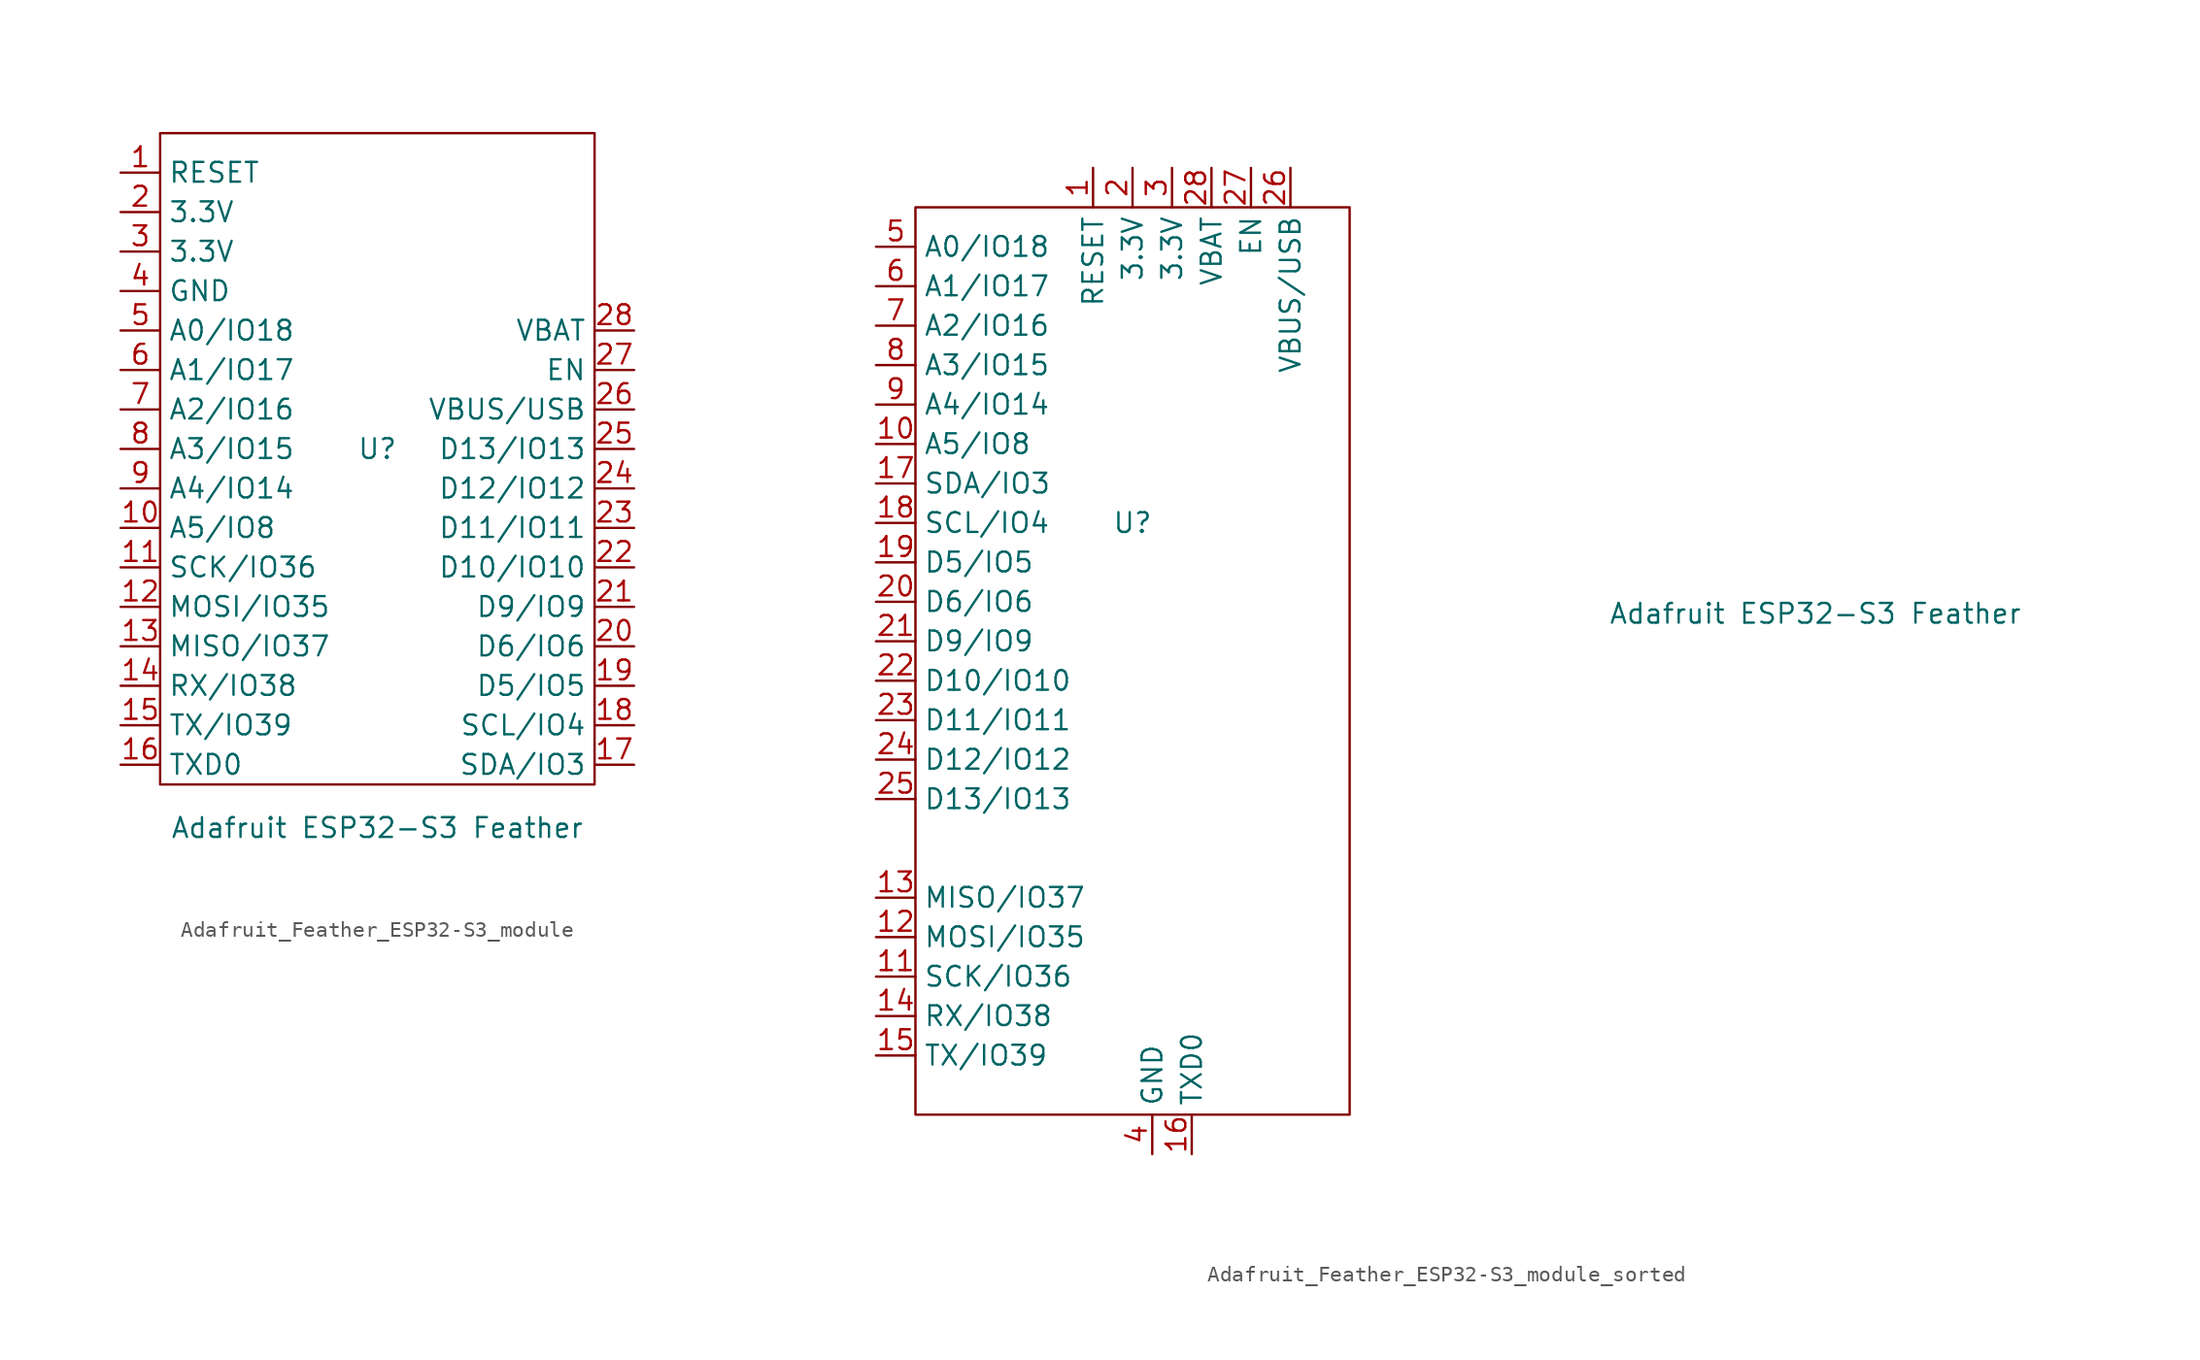
<source format=kicad_sym>
(kicad_symbol_lib
  (version 20231120)
  (generator "kicad_symbol_editor")
  (generator_version "8.0")
  (symbol "Adafruit_Feather_ESP32-S3_module"
    (property "Reference" "U"
      (at 0 0 0)
      (effects (font (size 1.27 1.27))))
    (property "Value" "Adafruit ESP32-S3 Feather"
      (at 0 -24.384 0)
      (effects (font (size 1.27 1.27))))
    (symbol "Adafruit_Feather_ESP32-S3_module_0_1"
      (rectangle (start -13.97 20.32) (end 13.97 -21.59) (stroke (width 0) (type default)) (fill (type none))))
    (symbol "Adafruit_Feather_ESP32-S3_module_1_1"
      (pin input line (at -16.51 17.78 0) (length 2.54) (name "RESET" (effects (font (size 1.27 1.27)))) (number "1" (effects (font (size 1.27 1.27)))))
      (pin bidirectional line (at -16.51 -5.08 0) (length 2.54) (name "A5/IO8" (effects (font (size 1.27 1.27)))) (number "10" (effects (font (size 1.27 1.27)))))
      (pin bidirectional line (at -16.51 -7.62 0) (length 2.54) (name "SCK/IO36" (effects (font (size 1.27 1.27)))) (number "11" (effects (font (size 1.27 1.27)))))
      (pin bidirectional line (at -16.51 -10.16 0) (length 2.54) (name "MOSI/IO35" (effects (font (size 1.27 1.27)))) (number "12" (effects (font (size 1.27 1.27)))))
      (pin bidirectional line (at -16.51 -12.7 0) (length 2.54) (name "MISO/IO37" (effects (font (size 1.27 1.27)))) (number "13" (effects (font (size 1.27 1.27)))))
      (pin bidirectional line (at -16.51 -15.24 0) (length 2.54) (name "RX/IO38" (effects (font (size 1.27 1.27)))) (number "14" (effects (font (size 1.27 1.27)))))
      (pin bidirectional line (at -16.51 -17.78 0) (length 2.54) (name "TX/IO39" (effects (font (size 1.27 1.27)))) (number "15" (effects (font (size 1.27 1.27)))))
      (pin bidirectional line (at -16.51 -20.32 0) (length 2.54) (name "TXD0" (effects (font (size 1.27 1.27)))) (number "16" (effects (font (size 1.27 1.27)))))
      (pin bidirectional line (at 16.51 -20.32 180) (length 2.54) (name "SDA/IO3" (effects (font (size 1.27 1.27)))) (number "17" (effects (font (size 1.27 1.27)))))
      (pin bidirectional line (at 16.51 -17.78 180) (length 2.54) (name "SCL/IO4" (effects (font (size 1.27 1.27)))) (number "18" (effects (font (size 1.27 1.27)))))
      (pin bidirectional line (at 16.51 -15.24 180) (length 2.54) (name "D5/IO5" (effects (font (size 1.27 1.27)))) (number "19" (effects (font (size 1.27 1.27)))))
      (pin power_in line (at -16.51 15.24 0) (length 2.54) (name "3.3V" (effects (font (size 1.27 1.27)))) (number "2" (effects (font (size 1.27 1.27)))))
      (pin bidirectional line (at 16.51 -12.7 180) (length 2.54) (name "D6/IO6" (effects (font (size 1.27 1.27)))) (number "20" (effects (font (size 1.27 1.27)))))
      (pin bidirectional line (at 16.51 -10.16 180) (length 2.54) (name "D9/IO9" (effects (font (size 1.27 1.27)))) (number "21" (effects (font (size 1.27 1.27)))))
      (pin bidirectional line (at 16.51 -7.62 180) (length 2.54) (name "D10/IO10" (effects (font (size 1.27 1.27)))) (number "22" (effects (font (size 1.27 1.27)))))
      (pin bidirectional line (at 16.51 -5.08 180) (length 2.54) (name "D11/IO11" (effects (font (size 1.27 1.27)))) (number "23" (effects (font (size 1.27 1.27)))))
      (pin bidirectional line (at 16.51 -2.54 180) (length 2.54) (name "D12/IO12" (effects (font (size 1.27 1.27)))) (number "24" (effects (font (size 1.27 1.27)))))
      (pin bidirectional line (at 16.51 0 180) (length 2.54) (name "D13/IO13" (effects (font (size 1.27 1.27)))) (number "25" (effects (font (size 1.27 1.27)))))
      (pin power_in line (at 16.51 2.54 180) (length 2.54) (name "VBUS/USB" (effects (font (size 1.27 1.27)))) (number "26" (effects (font (size 1.27 1.27)))))
      (pin input line (at 16.51 5.08 180) (length 2.54) (name "EN" (effects (font (size 1.27 1.27)))) (number "27" (effects (font (size 1.27 1.27)))))
      (pin power_in line (at 16.51 7.62 180) (length 2.54) (name "VBAT" (effects (font (size 1.27 1.27)))) (number "28" (effects (font (size 1.27 1.27)))))
      (pin power_in line (at -16.51 12.7 0) (length 2.54) (name "3.3V" (effects (font (size 1.27 1.27)))) (number "3" (effects (font (size 1.27 1.27)))))
      (pin power_in line (at -16.51 10.16 0) (length 2.54) (name "GND" (effects (font (size 1.27 1.27)))) (number "4" (effects (font (size 1.27 1.27)))))
      (pin bidirectional line (at -16.51 7.62 0) (length 2.54) (name "A0/IO18" (effects (font (size 1.27 1.27)))) (number "5" (effects (font (size 1.27 1.27)))))
      (pin bidirectional line (at -16.51 5.08 0) (length 2.54) (name "A1/IO17" (effects (font (size 1.27 1.27)))) (number "6" (effects (font (size 1.27 1.27)))))
      (pin bidirectional line (at -16.51 2.54 0) (length 2.54) (name "A2/IO16" (effects (font (size 1.27 1.27)))) (number "7" (effects (font (size 1.27 1.27)))))
      (pin bidirectional line (at -16.51 0 0) (length 2.54) (name "A3/IO15" (effects (font (size 1.27 1.27)))) (number "8" (effects (font (size 1.27 1.27)))))
      (pin bidirectional line (at -16.51 -2.54 0) (length 2.54) (name "A4/IO14" (effects (font (size 1.27 1.27)))) (number "9" (effects (font (size 1.27 1.27)))))))
  (symbol "Adafruit_Feather_ESP32-S3_module_sorted"
    (property "Reference" "U"
      (at 0 0 0)
      (effects (font (size 1.27 1.27))))
    (property "Value" "Adafruit ESP32-S3 Feather"
      (at 43.942 -5.842 0)
      (effects (font (size 1.27 1.27))))
    (symbol "Adafruit_Feather_ESP32-S3_module_sorted_0_1"
      (rectangle (start -13.97 20.32) (end 13.97 -38.1) (stroke (width 0) (type default)) (fill (type none))))
    (symbol "Adafruit_Feather_ESP32-S3_module_sorted_1_1"
      (pin input line (at -2.54 22.86 270) (length 2.54) (name "RESET" (effects (font (size 1.27 1.27)))) (number "1" (effects (font (size 1.27 1.27)))))
      (pin bidirectional line (at -16.51 5.08 0) (length 2.54) (name "A5/IO8" (effects (font (size 1.27 1.27)))) (number "10" (effects (font (size 1.27 1.27)))))
      (pin bidirectional line (at -16.51 -29.21 0) (length 2.54) (name "SCK/IO36" (effects (font (size 1.27 1.27)))) (number "11" (effects (font (size 1.27 1.27)))))
      (pin bidirectional line (at -16.51 -26.67 0) (length 2.54) (name "MOSI/IO35" (effects (font (size 1.27 1.27)))) (number "12" (effects (font (size 1.27 1.27)))))
      (pin bidirectional line (at -16.51 -24.13 0) (length 2.54) (name "MISO/IO37" (effects (font (size 1.27 1.27)))) (number "13" (effects (font (size 1.27 1.27)))))
      (pin bidirectional line (at -16.51 -31.75 0) (length 2.54) (name "RX/IO38" (effects (font (size 1.27 1.27)))) (number "14" (effects (font (size 1.27 1.27)))))
      (pin bidirectional line (at -16.51 -34.29 0) (length 2.54) (name "TX/IO39" (effects (font (size 1.27 1.27)))) (number "15" (effects (font (size 1.27 1.27)))))
      (pin bidirectional line (at 3.81 -40.64 90) (length 2.54) (name "TXD0" (effects (font (size 1.27 1.27)))) (number "16" (effects (font (size 1.27 1.27)))))
      (pin bidirectional line (at -16.51 2.54 0) (length 2.54) (name "SDA/IO3" (effects (font (size 1.27 1.27)))) (number "17" (effects (font (size 1.27 1.27)))))
      (pin bidirectional line (at -16.51 0 0) (length 2.54) (name "SCL/IO4" (effects (font (size 1.27 1.27)))) (number "18" (effects (font (size 1.27 1.27)))))
      (pin bidirectional line (at -16.51 -2.54 0) (length 2.54) (name "D5/IO5" (effects (font (size 1.27 1.27)))) (number "19" (effects (font (size 1.27 1.27)))))
      (pin power_in line (at 0 22.86 270) (length 2.54) (name "3.3V" (effects (font (size 1.27 1.27)))) (number "2" (effects (font (size 1.27 1.27)))))
      (pin bidirectional line (at -16.51 -5.08 0) (length 2.54) (name "D6/IO6" (effects (font (size 1.27 1.27)))) (number "20" (effects (font (size 1.27 1.27)))))
      (pin bidirectional line (at -16.51 -7.62 0) (length 2.54) (name "D9/IO9" (effects (font (size 1.27 1.27)))) (number "21" (effects (font (size 1.27 1.27)))))
      (pin bidirectional line (at -16.51 -10.16 0) (length 2.54) (name "D10/IO10" (effects (font (size 1.27 1.27)))) (number "22" (effects (font (size 1.27 1.27)))))
      (pin bidirectional line (at -16.51 -12.7 0) (length 2.54) (name "D11/IO11" (effects (font (size 1.27 1.27)))) (number "23" (effects (font (size 1.27 1.27)))))
      (pin bidirectional line (at -16.51 -15.24 0) (length 2.54) (name "D12/IO12" (effects (font (size 1.27 1.27)))) (number "24" (effects (font (size 1.27 1.27)))))
      (pin bidirectional line (at -16.51 -17.78 0) (length 2.54) (name "D13/IO13" (effects (font (size 1.27 1.27)))) (number "25" (effects (font (size 1.27 1.27)))))
      (pin power_in line (at 10.16 22.86 270) (length 2.54) (name "VBUS/USB" (effects (font (size 1.27 1.27)))) (number "26" (effects (font (size 1.27 1.27)))))
      (pin input line (at 7.62 22.86 270) (length 2.54) (name "EN" (effects (font (size 1.27 1.27)))) (number "27" (effects (font (size 1.27 1.27)))))
      (pin power_in line (at 5.08 22.86 270) (length 2.54) (name "VBAT" (effects (font (size 1.27 1.27)))) (number "28" (effects (font (size 1.27 1.27)))))
      (pin power_in line (at 2.54 22.86 270) (length 2.54) (name "3.3V" (effects (font (size 1.27 1.27)))) (number "3" (effects (font (size 1.27 1.27)))))
      (pin power_in line (at 1.27 -40.64 90) (length 2.54) (name "GND" (effects (font (size 1.27 1.27)))) (number "4" (effects (font (size 1.27 1.27)))))
      (pin bidirectional line (at -16.51 17.78 0) (length 2.54) (name "A0/IO18" (effects (font (size 1.27 1.27)))) (number "5" (effects (font (size 1.27 1.27)))))
      (pin bidirectional line (at -16.51 15.24 0) (length 2.54) (name "A1/IO17" (effects (font (size 1.27 1.27)))) (number "6" (effects (font (size 1.27 1.27)))))
      (pin bidirectional line (at -16.51 12.7 0) (length 2.54) (name "A2/IO16" (effects (font (size 1.27 1.27)))) (number "7" (effects (font (size 1.27 1.27)))))
      (pin bidirectional line (at -16.51 10.16 0) (length 2.54) (name "A3/IO15" (effects (font (size 1.27 1.27)))) (number "8" (effects (font (size 1.27 1.27)))))
      (pin bidirectional line (at -16.51 7.62 0) (length 2.54) (name "A4/IO14" (effects (font (size 1.27 1.27)))) (number "9" (effects (font (size 1.27 1.27))))))))
</source>
